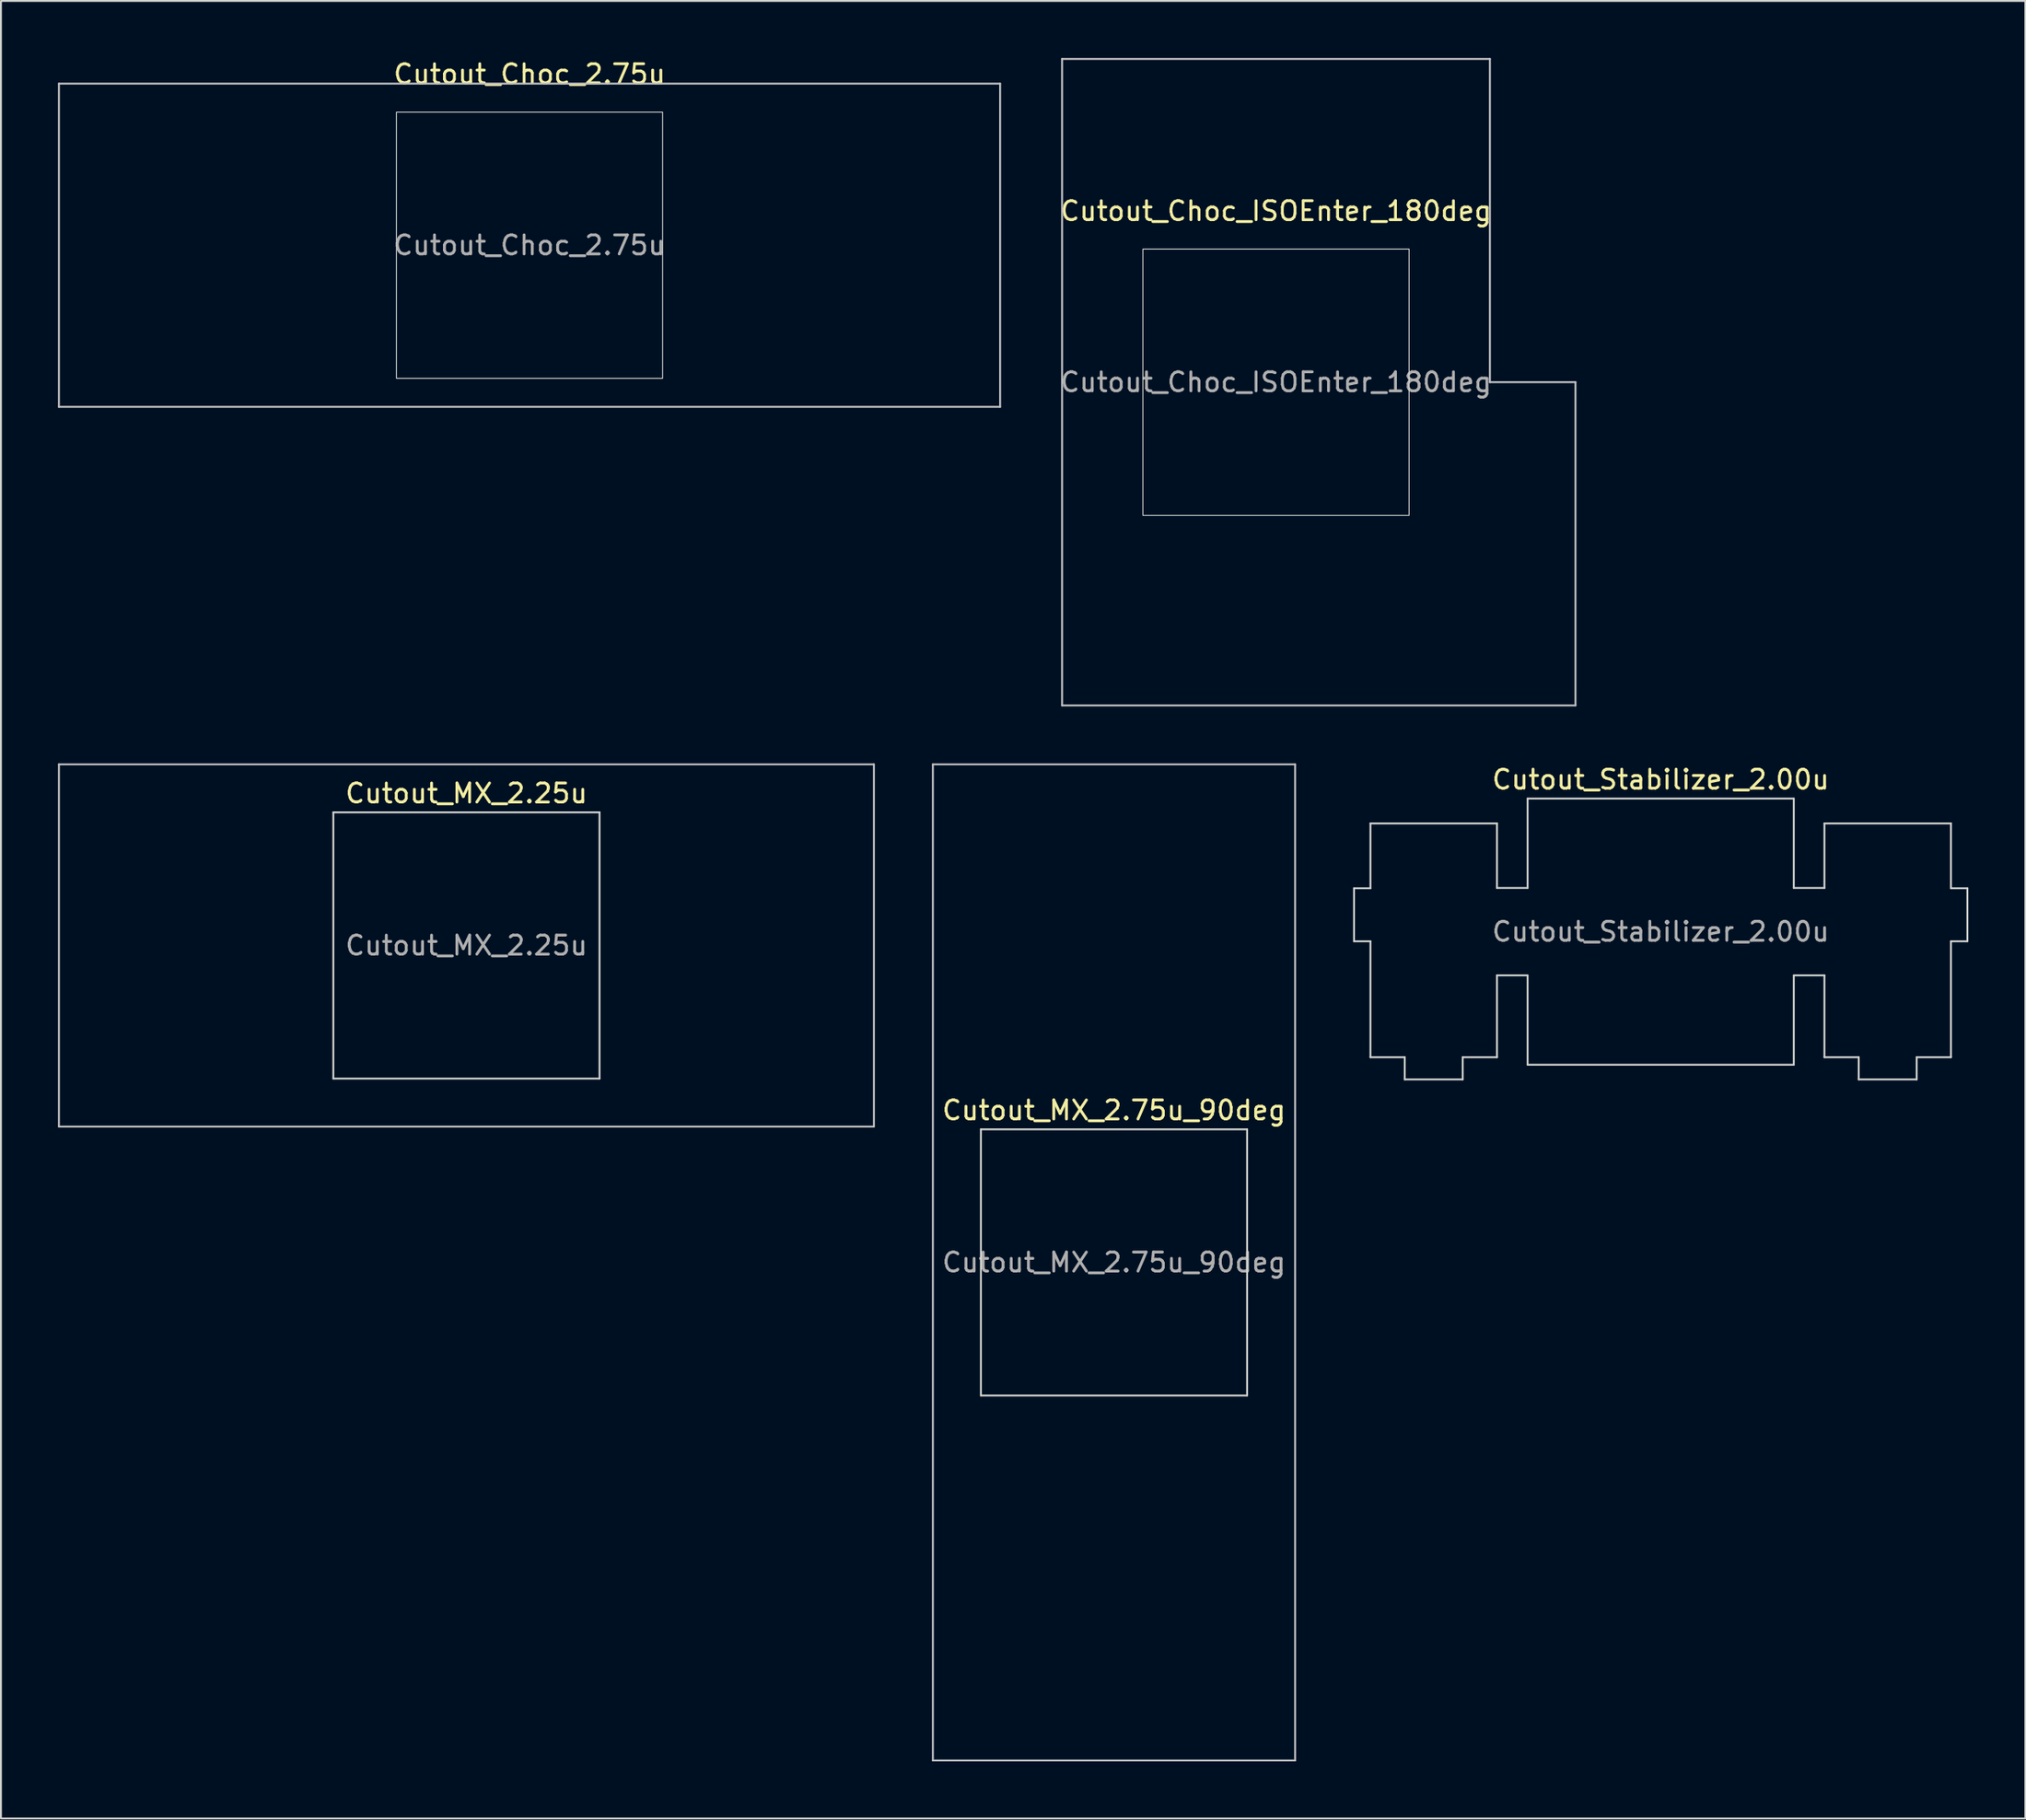
<source format=kicad_pcb>
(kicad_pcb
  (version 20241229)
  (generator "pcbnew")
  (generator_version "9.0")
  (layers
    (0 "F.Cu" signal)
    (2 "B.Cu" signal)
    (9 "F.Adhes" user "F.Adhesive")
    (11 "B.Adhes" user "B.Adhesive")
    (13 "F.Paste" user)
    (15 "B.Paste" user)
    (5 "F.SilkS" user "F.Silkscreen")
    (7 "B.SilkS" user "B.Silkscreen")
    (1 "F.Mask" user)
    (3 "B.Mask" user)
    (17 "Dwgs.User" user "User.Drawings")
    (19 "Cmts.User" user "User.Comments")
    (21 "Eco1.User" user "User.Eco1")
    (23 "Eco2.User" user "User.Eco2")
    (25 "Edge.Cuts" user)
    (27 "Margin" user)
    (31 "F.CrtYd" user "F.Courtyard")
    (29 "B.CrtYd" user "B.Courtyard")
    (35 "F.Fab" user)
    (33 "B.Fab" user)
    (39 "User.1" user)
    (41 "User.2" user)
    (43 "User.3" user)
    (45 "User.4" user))
  (footprint "Cutout_MX_2.75u_90deg"
    (layer "F.Cu")
    (at 55.538 63.344)
    (property "Reference" "Cutout_MX_2.75u_90deg" (at 0 -8 0) (layer "F.SilkS") (effects (font (size 1 1) (thickness 0.15))))
    (attr through_hole)
    (fp_line (start -9.525 -26.194) (end 9.525 -26.194) (stroke (width 0.1) (type solid)) (layer "Dwgs.User"))
    (fp_line (start -9.525 26.194) (end -9.525 -26.194) (stroke (width 0.1) (type solid)) (layer "Dwgs.User"))
    (fp_line (start 9.525 -26.194) (end 9.525 26.194) (stroke (width 0.1) (type solid)) (layer "Dwgs.User"))
    (fp_line (start 9.525 26.194) (end -9.525 26.194) (stroke (width 0.1) (type solid)) (layer "Dwgs.User"))
    (fp_line (start -7 -7) (end -7 7) (stroke (width 0.1) (type solid)) (layer "Edge.Cuts"))
    (fp_line (start -7 7) (end 7 7) (stroke (width 0.1) (type solid)) (layer "Edge.Cuts"))
    (fp_line (start 7 -7) (end -7 -7) (stroke (width 0.1) (type solid)) (layer "Edge.Cuts"))
    (fp_line (start 7 7) (end 7 -7) (stroke (width 0.1) (type solid)) (layer "Edge.Cuts"))
    (fp_text user "${REFERENCE}" (at 0 0 0) (layer "F.Fab") (effects (font (size 1 1) (thickness 0.15)))))
  (footprint "Cutout_Choc_2.75u"
    (layer "F.Cu")
    (at 24.8 9.848)
    (property "Reference" "Cutout_Choc_2.75u" (at 0 -9 0) (layer "F.SilkS") (effects (font (size 1 1) (thickness 0.15))))
    (attr through_hole)
    (fp_line (start -24.75 -8.5) (end -24.75 8.5) (stroke (width 0.1) (type solid)) (layer "Dwgs.User"))
    (fp_line (start -24.75 8.5) (end 24.75 8.5) (stroke (width 0.1) (type solid)) (layer "Dwgs.User"))
    (fp_line (start 24.75 -8.5) (end -24.75 -8.5) (stroke (width 0.1) (type solid)) (layer "Dwgs.User"))
    (fp_line (start 24.75 8.5) (end 24.75 -8.5) (stroke (width 0.1) (type solid)) (layer "Dwgs.User"))
    (fp_rect (start -7 -7) (end 7 7) (stroke (width 0.05) (type default)) (fill no) (layer "Edge.Cuts"))
    (fp_text user "${REFERENCE}" (at 0 0 0) (layer "F.Fab") (effects (font (size 1 1) (thickness 0.15)))))
  (footprint "Cutout_MX_2.25u"
    (layer "F.Cu")
    (at 21.481 46.675)
    (property "Reference" "Cutout_MX_2.25u" (at 0 -8 0) (layer "F.SilkS") (effects (font (size 1 1) (thickness 0.15))))
    (attr through_hole)
    (fp_line (start -21.431 -9.525) (end -21.431 9.525) (stroke (width 0.1) (type solid)) (layer "Dwgs.User"))
    (fp_line (start -21.431 9.525) (end 21.431 9.525) (stroke (width 0.1) (type solid)) (layer "Dwgs.User"))
    (fp_line (start 21.431 -9.525) (end -21.431 -9.525) (stroke (width 0.1) (type solid)) (layer "Dwgs.User"))
    (fp_line (start 21.431 9.525) (end 21.431 -9.525) (stroke (width 0.1) (type solid)) (layer "Dwgs.User"))
    (fp_line (start -7 -7) (end -7 7) (stroke (width 0.1) (type solid)) (layer "Edge.Cuts"))
    (fp_line (start -7 7) (end 7 7) (stroke (width 0.1) (type solid)) (layer "Edge.Cuts"))
    (fp_line (start 7 -7) (end -7 -7) (stroke (width 0.1) (type solid)) (layer "Edge.Cuts"))
    (fp_line (start 7 7) (end 7 -7) (stroke (width 0.1) (type solid)) (layer "Edge.Cuts"))
    (fp_text user "${REFERENCE}" (at 0 0 0) (layer "F.Fab") (effects (font (size 1 1) (thickness 0.15)))))
  (footprint "Cutout_Stabilizer_2.00u"
    (layer "F.Cu")
    (at 84.291 45.948)
    (property "Reference" "Cutout_Stabilizer_2.00u" (at 0 -8 0) (layer "F.SilkS") (effects (font (size 1 1) (thickness 0.15))))
    (attr through_hole)
    (fp_line (start -16.129 -2.286) (end -15.265 -2.286) (stroke (width 0.1) (type solid)) (layer "Edge.Cuts"))
    (fp_line (start -16.129 0.508) (end -16.129 -2.286) (stroke (width 0.1) (type solid)) (layer "Edge.Cuts"))
    (fp_line (start -15.265 -5.69) (end -8.611 -5.69) (stroke (width 0.1) (type solid)) (layer "Edge.Cuts"))
    (fp_line (start -15.265 -2.286) (end -15.265 -5.69) (stroke (width 0.1) (type solid)) (layer "Edge.Cuts"))
    (fp_line (start -15.265 0.508) (end -16.129 0.508) (stroke (width 0.1) (type solid)) (layer "Edge.Cuts"))
    (fp_line (start -15.265 6.604) (end -15.265 0.508) (stroke (width 0.1) (type solid)) (layer "Edge.Cuts"))
    (fp_line (start -13.462 6.604) (end -15.265 6.604) (stroke (width 0.1) (type solid)) (layer "Edge.Cuts"))
    (fp_line (start -13.462 7.772) (end -13.462 6.604) (stroke (width 0.1) (type solid)) (layer "Edge.Cuts"))
    (fp_line (start -10.414 6.604) (end -10.414 7.772) (stroke (width 0.1) (type solid)) (layer "Edge.Cuts"))
    (fp_line (start -10.414 7.772) (end -13.462 7.772) (stroke (width 0.1) (type solid)) (layer "Edge.Cuts"))
    (fp_line (start -8.611 -5.69) (end -8.611 -2.3) (stroke (width 0.1) (type solid)) (layer "Edge.Cuts"))
    (fp_line (start -8.611 -2.3) (end -7 -2.3) (stroke (width 0.1) (type solid)) (layer "Edge.Cuts"))
    (fp_line (start -8.611 2.3) (end -8.611 6.604) (stroke (width 0.1) (type solid)) (layer "Edge.Cuts"))
    (fp_line (start -8.611 2.3) (end -7 2.3) (stroke (width 0.1) (type solid)) (layer "Edge.Cuts"))
    (fp_line (start -8.611 6.604) (end -10.414 6.604) (stroke (width 0.1) (type solid)) (layer "Edge.Cuts"))
    (fp_line (start -7 -7) (end -7 -2.3) (stroke (width 0.1) (type solid)) (layer "Edge.Cuts"))
    (fp_line (start -7 -7) (end 7 -7) (stroke (width 0.1) (type solid)) (layer "Edge.Cuts"))
    (fp_line (start -7 2.3) (end -7 7) (stroke (width 0.1) (type solid)) (layer "Edge.Cuts"))
    (fp_line (start -7 7) (end 7 7) (stroke (width 0.1) (type solid)) (layer "Edge.Cuts"))
    (fp_line (start 7 -7) (end 7 -2.3) (stroke (width 0.1) (type solid)) (layer "Edge.Cuts"))
    (fp_line (start 7 -2.3) (end 8.611 -2.3) (stroke (width 0.1) (type solid)) (layer "Edge.Cuts"))
    (fp_line (start 7 2.3) (end 7 7) (stroke (width 0.1) (type solid)) (layer "Edge.Cuts"))
    (fp_line (start 7 2.3) (end 8.611 2.3) (stroke (width 0.1) (type solid)) (layer "Edge.Cuts"))
    (fp_line (start 8.611 -5.69) (end 8.611 -2.3) (stroke (width 0.1) (type solid)) (layer "Edge.Cuts"))
    (fp_line (start 8.611 2.3) (end 8.611 6.604) (stroke (width 0.1) (type solid)) (layer "Edge.Cuts"))
    (fp_line (start 8.611 6.604) (end 10.414 6.604) (stroke (width 0.1) (type solid)) (layer "Edge.Cuts"))
    (fp_line (start 10.414 6.604) (end 10.414 7.772) (stroke (width 0.1) (type solid)) (layer "Edge.Cuts"))
    (fp_line (start 10.414 7.772) (end 13.462 7.772) (stroke (width 0.1) (type solid)) (layer "Edge.Cuts"))
    (fp_line (start 13.462 6.604) (end 15.265 6.604) (stroke (width 0.1) (type solid)) (layer "Edge.Cuts"))
    (fp_line (start 13.462 7.772) (end 13.462 6.604) (stroke (width 0.1) (type solid)) (layer "Edge.Cuts"))
    (fp_line (start 15.265 -5.69) (end 8.611 -5.69) (stroke (width 0.1) (type solid)) (layer "Edge.Cuts"))
    (fp_line (start 15.265 -2.286) (end 15.265 -5.69) (stroke (width 0.1) (type solid)) (layer "Edge.Cuts"))
    (fp_line (start 15.265 0.508) (end 16.129 0.508) (stroke (width 0.1) (type solid)) (layer "Edge.Cuts"))
    (fp_line (start 15.265 6.604) (end 15.265 0.508) (stroke (width 0.1) (type solid)) (layer "Edge.Cuts"))
    (fp_line (start 16.129 -2.286) (end 15.265 -2.286) (stroke (width 0.1) (type solid)) (layer "Edge.Cuts"))
    (fp_line (start 16.129 0.508) (end 16.129 -2.286) (stroke (width 0.1) (type solid)) (layer "Edge.Cuts"))
    (fp_text user "${REFERENCE}" (at 0 0 0) (layer "F.Fab") (effects (font (size 1 1) (thickness 0.15)))))
  (footprint "Cutout_Choc_ISOEnter_180deg"
    (layer "F.Cu")
    (at 64.058 17.05)
    (property "Reference" "Cutout_Choc_ISOEnter_180deg" (at 0 -9 0) (layer "F.SilkS") (effects (font (size 1 1) (thickness 0.15))))
    (attr through_hole)
    (fp_line (start -11.25 -17) (end -11.25 17) (stroke (width 0.1) (type solid)) (layer "Dwgs.User"))
    (fp_line (start -11.25 17) (end 15.75 17) (stroke (width 0.1) (type solid)) (layer "Dwgs.User"))
    (fp_line (start 11.25 -17) (end -11.25 -17) (stroke (width 0.1) (type solid)) (layer "Dwgs.User"))
    (fp_line (start 11.25 0) (end 11.25 -17) (stroke (width 0.1) (type solid)) (layer "Dwgs.User"))
    (fp_line (start 15.75 0) (end 11.25 0) (stroke (width 0.1) (type solid)) (layer "Dwgs.User"))
    (fp_line (start 15.75 17) (end 15.75 0) (stroke (width 0.1) (type solid)) (layer "Dwgs.User"))
    (fp_rect (start -7 -7) (end 7 7) (stroke (width 0.05) (type default)) (fill no) (layer "Edge.Cuts"))
    (fp_text user "${REFERENCE}" (at 0 0 0) (layer "F.Fab") (effects (font (size 1 1) (thickness 0.15)))))
  (gr_rect
    (start -3 -3)
    (end 103.471 92.588)
    (stroke (width 0.1) (type default))
    (fill no)
    (layer "Edge.Cuts")))
</source>
